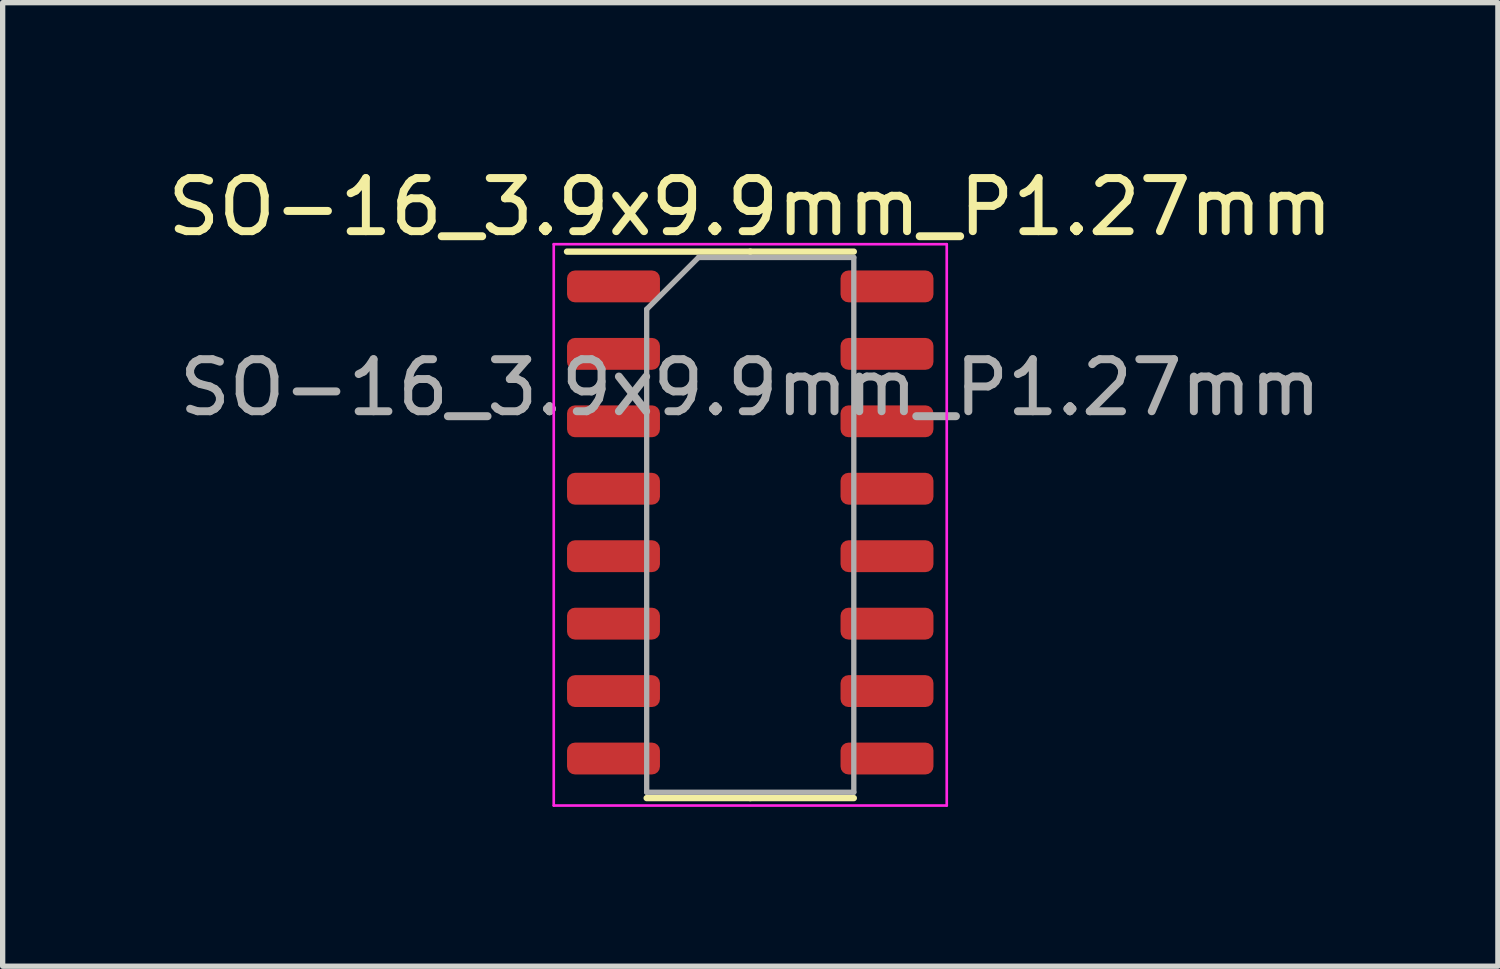
<source format=kicad_pcb>
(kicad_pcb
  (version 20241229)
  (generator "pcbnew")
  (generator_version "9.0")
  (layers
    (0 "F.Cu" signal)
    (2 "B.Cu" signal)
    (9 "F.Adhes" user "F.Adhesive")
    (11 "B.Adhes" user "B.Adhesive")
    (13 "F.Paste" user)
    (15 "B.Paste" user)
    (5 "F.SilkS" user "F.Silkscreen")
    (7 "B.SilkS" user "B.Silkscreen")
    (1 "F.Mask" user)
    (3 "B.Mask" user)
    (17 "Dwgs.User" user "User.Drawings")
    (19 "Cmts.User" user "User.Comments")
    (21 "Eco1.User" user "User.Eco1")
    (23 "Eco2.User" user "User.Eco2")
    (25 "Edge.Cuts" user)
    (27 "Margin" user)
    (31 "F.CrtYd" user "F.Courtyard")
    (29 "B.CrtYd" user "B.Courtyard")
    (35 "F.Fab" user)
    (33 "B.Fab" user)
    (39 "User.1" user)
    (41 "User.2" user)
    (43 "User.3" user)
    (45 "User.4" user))
  (footprint "SO-16_3.9x9.9mm_P1.27mm"
    (layer "F.Cu")
    (at 11.077 4.248)
    (property "Reference" "SO-16_3.9x9.9mm_P1.27mm" (at 0 -3.4 0) (layer "F.SilkS") (effects (font (size 1 1) (thickness 0.15))))
    (attr smd)
    (fp_line (start 0 -2.56) (end -3.45 -2.56) (stroke (width 0.12) (type solid)) (layer "F.SilkS"))
    (fp_line (start 0 -2.56) (end 1.95 -2.56) (stroke (width 0.12) (type solid)) (layer "F.SilkS"))
    (fp_line (start 0 7.73) (end -1.95 7.73) (stroke (width 0.12) (type solid)) (layer "F.SilkS"))
    (fp_line (start 0 7.73) (end 1.95 7.73) (stroke (width 0.12) (type solid)) (layer "F.SilkS"))
    (fp_line (start -3.7 -2.7) (end -3.7 7.87) (stroke (width 0.05) (type solid)) (layer "F.CrtYd"))
    (fp_line (start -3.7 7.87) (end 3.7 7.87) (stroke (width 0.05) (type solid)) (layer "F.CrtYd"))
    (fp_line (start 3.7 -2.7) (end -3.7 -2.7) (stroke (width 0.05) (type solid)) (layer "F.CrtYd"))
    (fp_line (start 3.7 7.87) (end 3.7 -2.7) (stroke (width 0.05) (type solid)) (layer "F.CrtYd"))
    (fp_line (start -1.95 -1.475) (end -0.975 -2.45) (stroke (width 0.1) (type solid)) (layer "F.Fab"))
    (fp_line (start -1.95 7.62) (end -1.95 -1.475) (stroke (width 0.1) (type solid)) (layer "F.Fab"))
    (fp_line (start -0.975 -2.45) (end 1.95 -2.45) (stroke (width 0.1) (type solid)) (layer "F.Fab"))
    (fp_line (start 1.95 -2.45) (end 1.95 7.62) (stroke (width 0.1) (type solid)) (layer "F.Fab"))
    (fp_line (start 1.95 7.62) (end -1.95 7.62) (stroke (width 0.1) (type solid)) (layer "F.Fab"))
    (fp_text user "${REFERENCE}" (at 0 0 0) (layer "F.Fab") (effects (font (size 0.98 0.98) (thickness 0.15))))
    (pad "1" smd roundrect (at -2.575 -1.905) (size 1.75 0.6) (layers "F.Cu" "F.Mask" "F.Paste") (roundrect_rratio 0.25))
    (pad "2" smd roundrect (at -2.575 -0.635) (size 1.75 0.6) (layers "F.Cu" "F.Mask" "F.Paste") (roundrect_rratio 0.25))
    (pad "3" smd roundrect (at -2.575 0.635) (size 1.75 0.6) (layers "F.Cu" "F.Mask" "F.Paste") (roundrect_rratio 0.25))
    (pad "4" smd roundrect (at -2.575 1.905) (size 1.75 0.6) (layers "F.Cu" "F.Mask" "F.Paste") (roundrect_rratio 0.25))
    (pad "5" smd roundrect (at -2.575 3.175) (size 1.75 0.6) (layers "F.Cu" "F.Mask" "F.Paste") (roundrect_rratio 0.25))
    (pad "6" smd roundrect (at -2.575 4.445) (size 1.75 0.6) (layers "F.Cu" "F.Mask" "F.Paste") (roundrect_rratio 0.25))
    (pad "7" smd roundrect (at -2.575 5.715) (size 1.75 0.6) (layers "F.Cu" "F.Mask" "F.Paste") (roundrect_rratio 0.25))
    (pad "8" smd roundrect (at -2.575 6.985) (size 1.75 0.6) (layers "F.Cu" "F.Mask" "F.Paste") (roundrect_rratio 0.25))
    (pad "9" smd roundrect (at 2.575 6.985) (size 1.75 0.6) (layers "F.Cu" "F.Mask" "F.Paste") (roundrect_rratio 0.25))
    (pad "10" smd roundrect (at 2.575 5.715) (size 1.75 0.6) (layers "F.Cu" "F.Mask" "F.Paste") (roundrect_rratio 0.25))
    (pad "11" smd roundrect (at 2.575 4.445) (size 1.75 0.6) (layers "F.Cu" "F.Mask" "F.Paste") (roundrect_rratio 0.25))
    (pad "12" smd roundrect (at 2.575 3.175) (size 1.75 0.6) (layers "F.Cu" "F.Mask" "F.Paste") (roundrect_rratio 0.25))
    (pad "13" smd roundrect (at 2.575 1.905) (size 1.75 0.6) (layers "F.Cu" "F.Mask" "F.Paste") (roundrect_rratio 0.25))
    (pad "14" smd roundrect (at 2.575 0.635) (size 1.75 0.6) (layers "F.Cu" "F.Mask" "F.Paste") (roundrect_rratio 0.25))
    (pad "15" smd roundrect (at 2.575 -0.635) (size 1.75 0.6) (layers "F.Cu" "F.Mask" "F.Paste") (roundrect_rratio 0.25))
    (pad "16" smd roundrect (at 2.575 -1.905) (size 1.75 0.6) (layers "F.Cu" "F.Mask" "F.Paste") (roundrect_rratio 0.25)))
  (gr_rect
    (start -3 -3)
    (end 25.155 15.143)
    (stroke (width 0.1) (type default))
    (fill no)
    (layer "Edge.Cuts")))
</source>
